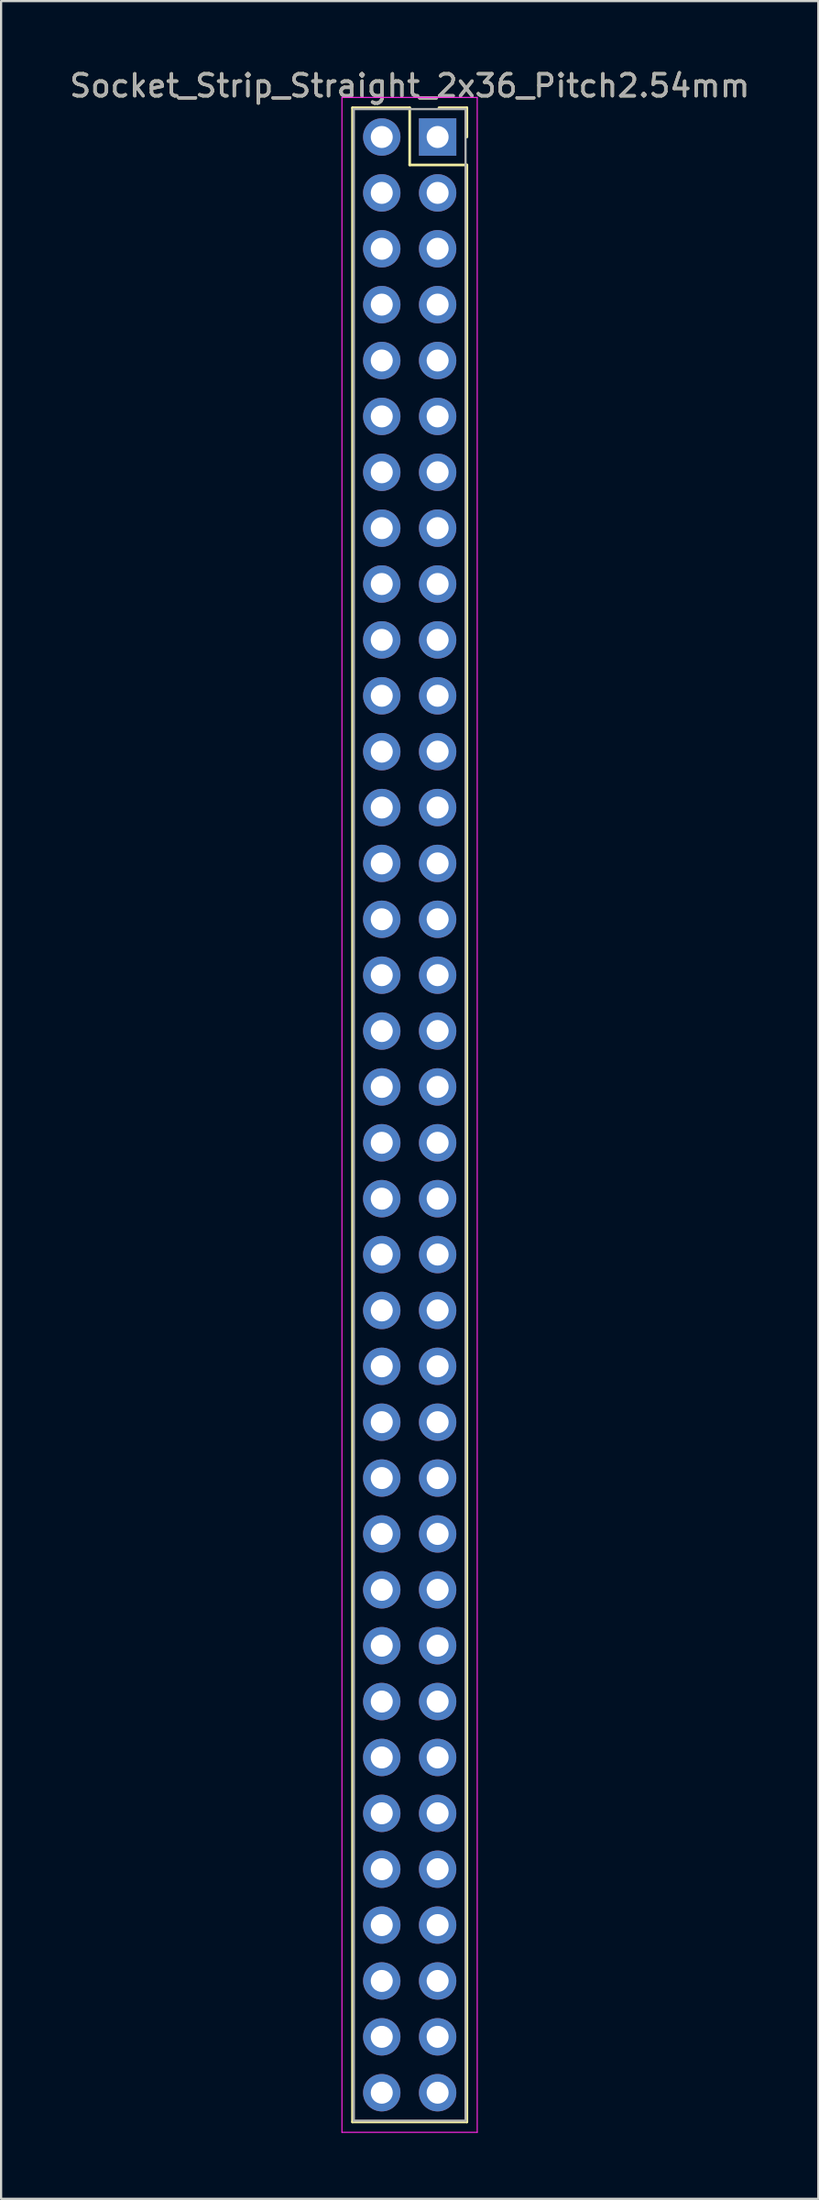
<source format=kicad_pcb>
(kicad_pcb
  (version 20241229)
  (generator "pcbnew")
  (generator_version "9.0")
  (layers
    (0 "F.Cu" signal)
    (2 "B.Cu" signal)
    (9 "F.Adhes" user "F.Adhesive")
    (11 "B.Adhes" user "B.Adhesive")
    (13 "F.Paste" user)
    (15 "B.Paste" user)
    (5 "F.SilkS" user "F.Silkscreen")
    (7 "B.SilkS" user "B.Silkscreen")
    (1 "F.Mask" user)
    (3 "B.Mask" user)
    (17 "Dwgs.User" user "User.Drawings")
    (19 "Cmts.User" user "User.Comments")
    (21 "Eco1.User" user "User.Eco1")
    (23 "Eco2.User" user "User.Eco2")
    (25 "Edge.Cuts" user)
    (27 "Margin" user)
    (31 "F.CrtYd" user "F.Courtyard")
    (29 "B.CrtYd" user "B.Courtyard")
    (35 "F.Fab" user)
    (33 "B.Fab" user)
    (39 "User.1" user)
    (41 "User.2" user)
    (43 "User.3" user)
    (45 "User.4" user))
  (footprint "Socket_Strip_Straight_2x36_Pitch2.54mm"
    (layer "F.Cu")
    (at 16.847 3.178)
    (property "Reference" "Socket_Strip_Straight_2x36_Pitch2.54mm" (at -1.27 -2.33 0) (layer "F.SilkS") (effects (font (size 1 1) (thickness 0.15))))
    (attr through_hole)
    (fp_line (start -3.87 -1.33) (end -1.27 -1.33) (stroke (width 0.12) (type solid)) (layer "F.SilkS"))
    (fp_line (start -3.87 90.23) (end -3.87 -1.33) (stroke (width 0.12) (type solid)) (layer "F.SilkS"))
    (fp_line (start -1.27 -1.33) (end -1.27 1.27) (stroke (width 0.12) (type solid)) (layer "F.SilkS"))
    (fp_line (start -1.27 1.27) (end 1.33 1.27) (stroke (width 0.12) (type solid)) (layer "F.SilkS"))
    (fp_line (start 1.33 -1.33) (end 0.06 -1.33) (stroke (width 0.12) (type solid)) (layer "F.SilkS"))
    (fp_line (start 1.33 0) (end 1.33 -1.33) (stroke (width 0.12) (type solid)) (layer "F.SilkS"))
    (fp_line (start 1.33 1.27) (end 1.33 90.23) (stroke (width 0.12) (type solid)) (layer "F.SilkS"))
    (fp_line (start 1.33 90.23) (end -3.87 90.23) (stroke (width 0.12) (type solid)) (layer "F.SilkS"))
    (fp_line (start -4.35 -1.8) (end -4.35 90.7) (stroke (width 0.05) (type solid)) (layer "F.CrtYd"))
    (fp_line (start -4.35 90.7) (end 1.8 90.7) (stroke (width 0.05) (type solid)) (layer "F.CrtYd"))
    (fp_line (start 1.8 -1.8) (end -4.35 -1.8) (stroke (width 0.05) (type solid)) (layer "F.CrtYd"))
    (fp_line (start 1.8 90.7) (end 1.8 -1.8) (stroke (width 0.05) (type solid)) (layer "F.CrtYd"))
    (fp_line (start -3.81 -1.27) (end -3.81 90.17) (stroke (width 0.1) (type solid)) (layer "F.Fab"))
    (fp_line (start -3.81 90.17) (end 1.27 90.17) (stroke (width 0.1) (type solid)) (layer "F.Fab"))
    (fp_line (start 1.27 -1.27) (end -3.81 -1.27) (stroke (width 0.1) (type solid)) (layer "F.Fab"))
    (fp_line (start 1.27 90.17) (end 1.27 -1.27) (stroke (width 0.1) (type solid)) (layer "F.Fab"))
    (fp_text user "${REFERENCE}" (at -1.27 -2.33 0) (layer "F.Fab") (effects (font (size 1 1) (thickness 0.15))))
    (pad "1" thru_hole rect (at 0 0) (size 1.7 1.7) (drill 1) (layers "*.Cu" "*.Mask"))
    (pad "2" thru_hole oval (at -2.54 0) (size 1.7 1.7) (drill 1) (layers "*.Cu" "*.Mask"))
    (pad "3" thru_hole oval (at 0 2.54) (size 1.7 1.7) (drill 1) (layers "*.Cu" "*.Mask"))
    (pad "4" thru_hole oval (at -2.54 2.54) (size 1.7 1.7) (drill 1) (layers "*.Cu" "*.Mask"))
    (pad "5" thru_hole oval (at 0 5.08) (size 1.7 1.7) (drill 1) (layers "*.Cu" "*.Mask"))
    (pad "6" thru_hole oval (at -2.54 5.08) (size 1.7 1.7) (drill 1) (layers "*.Cu" "*.Mask"))
    (pad "7" thru_hole oval (at 0 7.62) (size 1.7 1.7) (drill 1) (layers "*.Cu" "*.Mask"))
    (pad "8" thru_hole oval (at -2.54 7.62) (size 1.7 1.7) (drill 1) (layers "*.Cu" "*.Mask"))
    (pad "9" thru_hole oval (at 0 10.16) (size 1.7 1.7) (drill 1) (layers "*.Cu" "*.Mask"))
    (pad "10" thru_hole oval (at -2.54 10.16) (size 1.7 1.7) (drill 1) (layers "*.Cu" "*.Mask"))
    (pad "11" thru_hole oval (at 0 12.7) (size 1.7 1.7) (drill 1) (layers "*.Cu" "*.Mask"))
    (pad "12" thru_hole oval (at -2.54 12.7) (size 1.7 1.7) (drill 1) (layers "*.Cu" "*.Mask"))
    (pad "13" thru_hole oval (at 0 15.24) (size 1.7 1.7) (drill 1) (layers "*.Cu" "*.Mask"))
    (pad "14" thru_hole oval (at -2.54 15.24) (size 1.7 1.7) (drill 1) (layers "*.Cu" "*.Mask"))
    (pad "15" thru_hole oval (at 0 17.78) (size 1.7 1.7) (drill 1) (layers "*.Cu" "*.Mask"))
    (pad "16" thru_hole oval (at -2.54 17.78) (size 1.7 1.7) (drill 1) (layers "*.Cu" "*.Mask"))
    (pad "17" thru_hole oval (at 0 20.32) (size 1.7 1.7) (drill 1) (layers "*.Cu" "*.Mask"))
    (pad "18" thru_hole oval (at -2.54 20.32) (size 1.7 1.7) (drill 1) (layers "*.Cu" "*.Mask"))
    (pad "19" thru_hole oval (at 0 22.86) (size 1.7 1.7) (drill 1) (layers "*.Cu" "*.Mask"))
    (pad "20" thru_hole oval (at -2.54 22.86) (size 1.7 1.7) (drill 1) (layers "*.Cu" "*.Mask"))
    (pad "21" thru_hole oval (at 0 25.4) (size 1.7 1.7) (drill 1) (layers "*.Cu" "*.Mask"))
    (pad "22" thru_hole oval (at -2.54 25.4) (size 1.7 1.7) (drill 1) (layers "*.Cu" "*.Mask"))
    (pad "23" thru_hole oval (at 0 27.94) (size 1.7 1.7) (drill 1) (layers "*.Cu" "*.Mask"))
    (pad "24" thru_hole oval (at -2.54 27.94) (size 1.7 1.7) (drill 1) (layers "*.Cu" "*.Mask"))
    (pad "25" thru_hole oval (at 0 30.48) (size 1.7 1.7) (drill 1) (layers "*.Cu" "*.Mask"))
    (pad "26" thru_hole oval (at -2.54 30.48) (size 1.7 1.7) (drill 1) (layers "*.Cu" "*.Mask"))
    (pad "27" thru_hole oval (at 0 33.02) (size 1.7 1.7) (drill 1) (layers "*.Cu" "*.Mask"))
    (pad "28" thru_hole oval (at -2.54 33.02) (size 1.7 1.7) (drill 1) (layers "*.Cu" "*.Mask"))
    (pad "29" thru_hole oval (at 0 35.56) (size 1.7 1.7) (drill 1) (layers "*.Cu" "*.Mask"))
    (pad "30" thru_hole oval (at -2.54 35.56) (size 1.7 1.7) (drill 1) (layers "*.Cu" "*.Mask"))
    (pad "31" thru_hole oval (at 0 38.1) (size 1.7 1.7) (drill 1) (layers "*.Cu" "*.Mask"))
    (pad "32" thru_hole oval (at -2.54 38.1) (size 1.7 1.7) (drill 1) (layers "*.Cu" "*.Mask"))
    (pad "33" thru_hole oval (at 0 40.64) (size 1.7 1.7) (drill 1) (layers "*.Cu" "*.Mask"))
    (pad "34" thru_hole oval (at -2.54 40.64) (size 1.7 1.7) (drill 1) (layers "*.Cu" "*.Mask"))
    (pad "35" thru_hole oval (at 0 43.18) (size 1.7 1.7) (drill 1) (layers "*.Cu" "*.Mask"))
    (pad "36" thru_hole oval (at -2.54 43.18) (size 1.7 1.7) (drill 1) (layers "*.Cu" "*.Mask"))
    (pad "37" thru_hole oval (at 0 45.72) (size 1.7 1.7) (drill 1) (layers "*.Cu" "*.Mask"))
    (pad "38" thru_hole oval (at -2.54 45.72) (size 1.7 1.7) (drill 1) (layers "*.Cu" "*.Mask"))
    (pad "39" thru_hole oval (at 0 48.26) (size 1.7 1.7) (drill 1) (layers "*.Cu" "*.Mask"))
    (pad "40" thru_hole oval (at -2.54 48.26) (size 1.7 1.7) (drill 1) (layers "*.Cu" "*.Mask"))
    (pad "41" thru_hole oval (at 0 50.8) (size 1.7 1.7) (drill 1) (layers "*.Cu" "*.Mask"))
    (pad "42" thru_hole oval (at -2.54 50.8) (size 1.7 1.7) (drill 1) (layers "*.Cu" "*.Mask"))
    (pad "43" thru_hole oval (at 0 53.34) (size 1.7 1.7) (drill 1) (layers "*.Cu" "*.Mask"))
    (pad "44" thru_hole oval (at -2.54 53.34) (size 1.7 1.7) (drill 1) (layers "*.Cu" "*.Mask"))
    (pad "45" thru_hole oval (at 0 55.88) (size 1.7 1.7) (drill 1) (layers "*.Cu" "*.Mask"))
    (pad "46" thru_hole oval (at -2.54 55.88) (size 1.7 1.7) (drill 1) (layers "*.Cu" "*.Mask"))
    (pad "47" thru_hole oval (at 0 58.42) (size 1.7 1.7) (drill 1) (layers "*.Cu" "*.Mask"))
    (pad "48" thru_hole oval (at -2.54 58.42) (size 1.7 1.7) (drill 1) (layers "*.Cu" "*.Mask"))
    (pad "49" thru_hole oval (at 0 60.96) (size 1.7 1.7) (drill 1) (layers "*.Cu" "*.Mask"))
    (pad "50" thru_hole oval (at -2.54 60.96) (size 1.7 1.7) (drill 1) (layers "*.Cu" "*.Mask"))
    (pad "51" thru_hole oval (at 0 63.5) (size 1.7 1.7) (drill 1) (layers "*.Cu" "*.Mask"))
    (pad "52" thru_hole oval (at -2.54 63.5) (size 1.7 1.7) (drill 1) (layers "*.Cu" "*.Mask"))
    (pad "53" thru_hole oval (at 0 66.04) (size 1.7 1.7) (drill 1) (layers "*.Cu" "*.Mask"))
    (pad "54" thru_hole oval (at -2.54 66.04) (size 1.7 1.7) (drill 1) (layers "*.Cu" "*.Mask"))
    (pad "55" thru_hole oval (at 0 68.58) (size 1.7 1.7) (drill 1) (layers "*.Cu" "*.Mask"))
    (pad "56" thru_hole oval (at -2.54 68.58) (size 1.7 1.7) (drill 1) (layers "*.Cu" "*.Mask"))
    (pad "57" thru_hole oval (at 0 71.12) (size 1.7 1.7) (drill 1) (layers "*.Cu" "*.Mask"))
    (pad "58" thru_hole oval (at -2.54 71.12) (size 1.7 1.7) (drill 1) (layers "*.Cu" "*.Mask"))
    (pad "59" thru_hole oval (at 0 73.66) (size 1.7 1.7) (drill 1) (layers "*.Cu" "*.Mask"))
    (pad "60" thru_hole oval (at -2.54 73.66) (size 1.7 1.7) (drill 1) (layers "*.Cu" "*.Mask"))
    (pad "61" thru_hole oval (at 0 76.2) (size 1.7 1.7) (drill 1) (layers "*.Cu" "*.Mask"))
    (pad "62" thru_hole oval (at -2.54 76.2) (size 1.7 1.7) (drill 1) (layers "*.Cu" "*.Mask"))
    (pad "63" thru_hole oval (at 0 78.74) (size 1.7 1.7) (drill 1) (layers "*.Cu" "*.Mask"))
    (pad "64" thru_hole oval (at -2.54 78.74) (size 1.7 1.7) (drill 1) (layers "*.Cu" "*.Mask"))
    (pad "65" thru_hole oval (at 0 81.28) (size 1.7 1.7) (drill 1) (layers "*.Cu" "*.Mask"))
    (pad "66" thru_hole oval (at -2.54 81.28) (size 1.7 1.7) (drill 1) (layers "*.Cu" "*.Mask"))
    (pad "67" thru_hole oval (at 0 83.82) (size 1.7 1.7) (drill 1) (layers "*.Cu" "*.Mask"))
    (pad "68" thru_hole oval (at -2.54 83.82) (size 1.7 1.7) (drill 1) (layers "*.Cu" "*.Mask"))
    (pad "69" thru_hole oval (at 0 86.36) (size 1.7 1.7) (drill 1) (layers "*.Cu" "*.Mask"))
    (pad "70" thru_hole oval (at -2.54 86.36) (size 1.7 1.7) (drill 1) (layers "*.Cu" "*.Mask"))
    (pad "71" thru_hole oval (at 0 88.9) (size 1.7 1.7) (drill 1) (layers "*.Cu" "*.Mask"))
    (pad "72" thru_hole oval (at -2.54 88.9) (size 1.7 1.7) (drill 1) (layers "*.Cu" "*.Mask")))
  (gr_rect
    (start -3 -3)
    (end 34.155 96.903)
    (stroke (width 0.1) (type default))
    (fill no)
    (layer "Edge.Cuts")))
</source>
